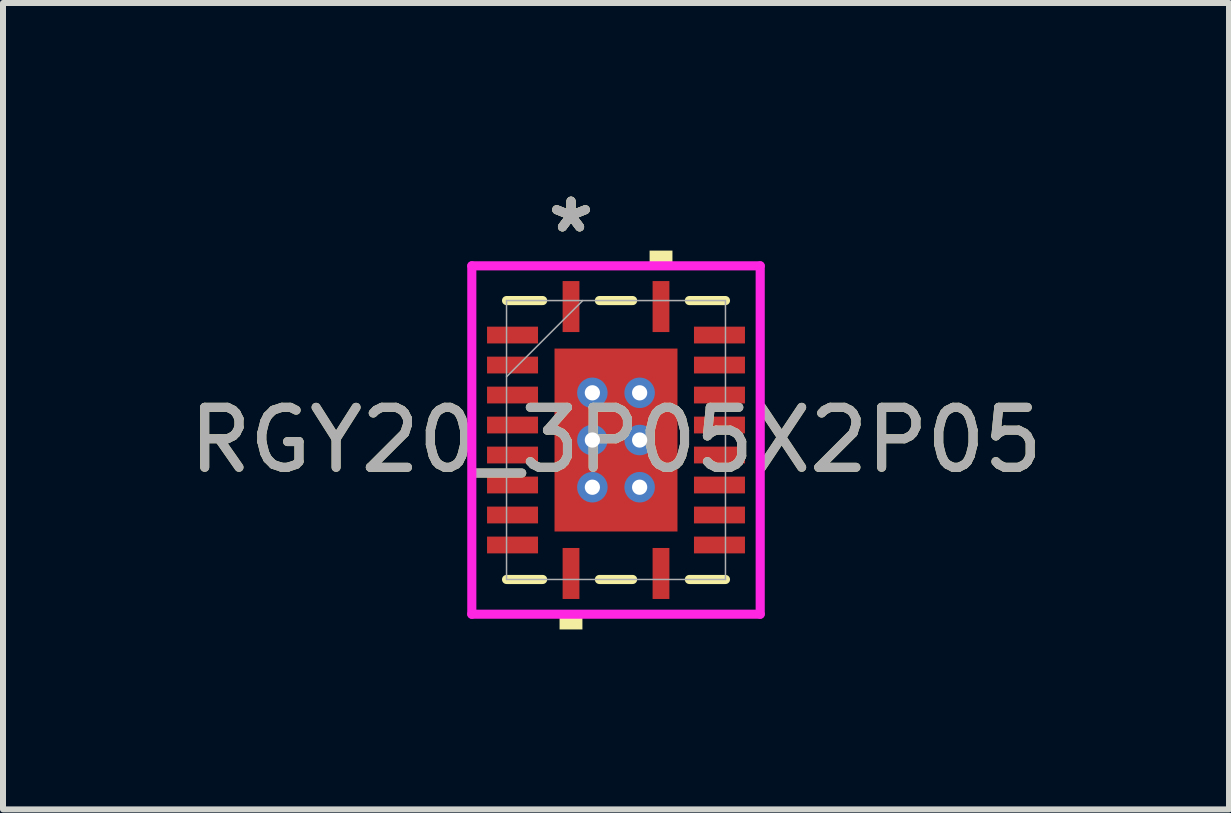
<source format=kicad_pcb>
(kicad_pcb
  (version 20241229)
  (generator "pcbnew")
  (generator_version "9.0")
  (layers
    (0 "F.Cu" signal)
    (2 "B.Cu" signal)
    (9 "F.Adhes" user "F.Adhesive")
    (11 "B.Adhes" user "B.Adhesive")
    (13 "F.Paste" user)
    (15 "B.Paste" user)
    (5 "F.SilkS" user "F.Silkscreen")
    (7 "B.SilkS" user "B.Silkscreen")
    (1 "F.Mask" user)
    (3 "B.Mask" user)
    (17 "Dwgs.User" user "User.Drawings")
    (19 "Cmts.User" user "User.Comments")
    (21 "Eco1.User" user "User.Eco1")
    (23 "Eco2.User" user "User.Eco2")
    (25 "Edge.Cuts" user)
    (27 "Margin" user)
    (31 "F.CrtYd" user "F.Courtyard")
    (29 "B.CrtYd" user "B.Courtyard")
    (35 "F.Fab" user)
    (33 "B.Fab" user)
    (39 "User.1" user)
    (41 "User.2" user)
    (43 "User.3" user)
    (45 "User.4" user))
  (footprint "RGY20_3P05X2P05"
    (layer "F.Cu")
    (at 7.22 4.286)
    (property "Reference" "RGY20_3P05X2P05" (at 0 0 0) (unlocked yes) (layer "F.SilkS") (effects (font (size 1 1) (thickness 0.15))))
    (attr smd)
    (fp_poly (pts (xy -2.22 -1.96) (xy -2.22 -1.54) (xy -1.23 -1.54) (xy -1.23 -1.96)) (stroke (width 0) (type solid)) (fill yes) (layer "F.Mask"))
    (fp_poly (pts (xy -2.22 -1.46) (xy -2.22 -1.04) (xy -1.23 -1.04) (xy -1.23 -1.46)) (stroke (width 0) (type solid)) (fill yes) (layer "F.Mask"))
    (fp_poly (pts (xy -2.22 -0.96) (xy -2.22 -0.54) (xy -1.23 -0.54) (xy -1.23 -0.96)) (stroke (width 0) (type solid)) (fill yes) (layer "F.Mask"))
    (fp_poly (pts (xy -2.22 -0.46) (xy -2.22 -0.04) (xy -1.23 -0.04) (xy -1.23 -0.46)) (stroke (width 0) (type solid)) (fill yes) (layer "F.Mask"))
    (fp_poly (pts (xy -2.22 0.04) (xy -2.22 0.46) (xy -1.23 0.46) (xy -1.23 0.04)) (stroke (width 0) (type solid)) (fill yes) (layer "F.Mask"))
    (fp_poly (pts (xy -2.22 0.54) (xy -2.22 0.96) (xy -1.23 0.96) (xy -1.23 0.54)) (stroke (width 0) (type solid)) (fill yes) (layer "F.Mask"))
    (fp_poly (pts (xy -2.22 1.04) (xy -2.22 1.46) (xy -1.23 1.46) (xy -1.23 1.04)) (stroke (width 0) (type solid)) (fill yes) (layer "F.Mask"))
    (fp_poly (pts (xy -2.22 1.54) (xy -2.22 1.96) (xy -1.23 1.96) (xy -1.23 1.54)) (stroke (width 0) (type solid)) (fill yes) (layer "F.Mask"))
    (fp_poly (pts (xy -1.089 -1.588) (xy -0.594 -1.588) (xy -0.594 1.588) (xy -1.089 1.588)) (stroke (width 0) (type solid)) (fill yes) (layer "F.Mask"))
    (fp_poly (pts (xy -1.089 -1.588) (xy 1.089 -1.588) (xy 1.089 -0.987) (xy -1.089 -0.987)) (stroke (width 0) (type solid)) (fill yes) (layer "F.Mask"))
    (fp_poly (pts (xy -1.089 -0.587) (xy 1.089 -0.587) (xy 1.089 -0.2) (xy -1.089 -0.2)) (stroke (width 0) (type solid)) (fill yes) (layer "F.Mask"))
    (fp_poly (pts (xy -1.089 0.2) (xy 1.089 0.2) (xy 1.089 0.587) (xy -1.089 0.587)) (stroke (width 0) (type solid)) (fill yes) (layer "F.Mask"))
    (fp_poly (pts (xy -1.089 0.987) (xy 1.089 0.987) (xy 1.089 1.588) (xy -1.089 1.588)) (stroke (width 0) (type solid)) (fill yes) (layer "F.Mask"))
    (fp_poly (pts (xy -0.96 -2.72) (xy -0.96 -1.73) (xy -0.54 -1.73) (xy -0.54 -2.72)) (stroke (width 0) (type solid)) (fill yes) (layer "F.Mask"))
    (fp_poly (pts (xy -0.96 1.73) (xy -0.96 2.72) (xy -0.54 2.72) (xy -0.54 1.73)) (stroke (width 0) (type solid)) (fill yes) (layer "F.Mask"))
    (fp_poly (pts (xy 0.194 -1.588) (xy -0.194 -1.588) (xy -0.194 1.588) (xy 0.194 1.588)) (stroke (width 0) (type solid)) (fill yes) (layer "F.Mask"))
    (fp_poly (pts (xy 0.54 -2.72) (xy 0.54 -1.73) (xy 0.96 -1.73) (xy 0.96 -2.72)) (stroke (width 0) (type solid)) (fill yes) (layer "F.Mask"))
    (fp_poly (pts (xy 0.54 1.73) (xy 0.54 2.72) (xy 0.96 2.72) (xy 0.96 1.73)) (stroke (width 0) (type solid)) (fill yes) (layer "F.Mask"))
    (fp_poly (pts (xy 0.594 -1.588) (xy 1.089 -1.588) (xy 1.089 1.588) (xy 0.594 1.588)) (stroke (width 0) (type solid)) (fill yes) (layer "F.Mask"))
    (fp_poly (pts (xy 1.23 -1.96) (xy 1.23 -1.54) (xy 2.22 -1.54) (xy 2.22 -1.96)) (stroke (width 0) (type solid)) (fill yes) (layer "F.Mask"))
    (fp_poly (pts (xy 1.23 -1.46) (xy 1.23 -1.04) (xy 2.22 -1.04) (xy 2.22 -1.46)) (stroke (width 0) (type solid)) (fill yes) (layer "F.Mask"))
    (fp_poly (pts (xy 1.23 -0.96) (xy 1.23 -0.54) (xy 2.22 -0.54) (xy 2.22 -0.96)) (stroke (width 0) (type solid)) (fill yes) (layer "F.Mask"))
    (fp_poly (pts (xy 1.23 -0.46) (xy 1.23 -0.04) (xy 2.22 -0.04) (xy 2.22 -0.46)) (stroke (width 0) (type solid)) (fill yes) (layer "F.Mask"))
    (fp_poly (pts (xy 1.23 0.04) (xy 1.23 0.46) (xy 2.22 0.46) (xy 2.22 0.04)) (stroke (width 0) (type solid)) (fill yes) (layer "F.Mask"))
    (fp_poly (pts (xy 1.23 0.54) (xy 1.23 0.96) (xy 2.22 0.96) (xy 2.22 0.54)) (stroke (width 0) (type solid)) (fill yes) (layer "F.Mask"))
    (fp_poly (pts (xy 1.23 1.04) (xy 1.23 1.46) (xy 2.22 1.46) (xy 2.22 1.04)) (stroke (width 0) (type solid)) (fill yes) (layer "F.Mask"))
    (fp_poly (pts (xy 1.23 1.54) (xy 1.23 1.96) (xy 2.22 1.96) (xy 2.22 1.54)) (stroke (width 0) (type solid)) (fill yes) (layer "F.Mask"))
    (fp_line (start -1.825 2.325) (end -1.223 2.325) (stroke (width 0.152) (type solid)) (layer "F.SilkS"))
    (fp_line (start -1.223 -2.325) (end -1.825 -2.325) (stroke (width 0.152) (type solid)) (layer "F.SilkS"))
    (fp_line (start -0.277 2.325) (end 0.277 2.325) (stroke (width 0.152) (type solid)) (layer "F.SilkS"))
    (fp_line (start 0.277 -2.325) (end -0.277 -2.325) (stroke (width 0.152) (type solid)) (layer "F.SilkS"))
    (fp_line (start 1.223 2.325) (end 1.825 2.325) (stroke (width 0.152) (type solid)) (layer "F.SilkS"))
    (fp_line (start 1.825 -2.325) (end 1.223 -2.325) (stroke (width 0.152) (type solid)) (layer "F.SilkS"))
    (fp_poly (pts (xy -0.941 2.904) (xy -0.941 3.158) (xy -0.56 3.158) (xy -0.56 2.904)) (stroke (width 0) (type solid)) (fill yes) (layer "F.SilkS"))
    (fp_poly (pts (xy 0.56 -2.904) (xy 0.56 -3.158) (xy 0.941 -3.158) (xy 0.941 -2.904)) (stroke (width 0) (type solid)) (fill yes) (layer "F.SilkS"))
    (fp_poly (pts (xy -2.125 -1.865) (xy -2.125 -1.635) (xy -1.325 -1.635) (xy -1.325 -1.865)) (stroke (width 0) (type solid)) (fill yes) (layer "F.Paste"))
    (fp_poly (pts (xy -2.125 -1.365) (xy -2.125 -1.135) (xy -1.325 -1.135) (xy -1.325 -1.365)) (stroke (width 0) (type solid)) (fill yes) (layer "F.Paste"))
    (fp_poly (pts (xy -2.125 -0.865) (xy -2.125 -0.635) (xy -1.325 -0.635) (xy -1.325 -0.865)) (stroke (width 0) (type solid)) (fill yes) (layer "F.Paste"))
    (fp_poly (pts (xy -2.125 -0.365) (xy -2.125 -0.135) (xy -1.325 -0.135) (xy -1.325 -0.365)) (stroke (width 0) (type solid)) (fill yes) (layer "F.Paste"))
    (fp_poly (pts (xy -2.125 0.135) (xy -2.125 0.365) (xy -1.325 0.365) (xy -1.325 0.135)) (stroke (width 0) (type solid)) (fill yes) (layer "F.Paste"))
    (fp_poly (pts (xy -2.125 0.635) (xy -2.125 0.865) (xy -1.325 0.865) (xy -1.325 0.635)) (stroke (width 0) (type solid)) (fill yes) (layer "F.Paste"))
    (fp_poly (pts (xy -2.125 1.135) (xy -2.125 1.365) (xy -1.325 1.365) (xy -1.325 1.135)) (stroke (width 0) (type solid)) (fill yes) (layer "F.Paste"))
    (fp_poly (pts (xy -2.125 1.635) (xy -2.125 1.865) (xy -1.325 1.865) (xy -1.325 1.635)) (stroke (width 0) (type solid)) (fill yes) (layer "F.Paste"))
    (fp_poly (pts (xy -0.865 -2.625) (xy -0.865 -1.825) (xy -0.635 -1.825) (xy -0.635 -2.625)) (stroke (width 0) (type solid)) (fill yes) (layer "F.Paste"))
    (fp_poly (pts (xy -0.865 1.825) (xy -0.865 2.625) (xy -0.635 2.625) (xy -0.635 1.825)) (stroke (width 0) (type solid)) (fill yes) (layer "F.Paste"))
    (fp_poly (pts (xy 0.635 -2.625) (xy 0.635 -1.825) (xy 0.865 -1.825) (xy 0.865 -2.625)) (stroke (width 0) (type solid)) (fill yes) (layer "F.Paste"))
    (fp_poly (pts (xy 0.635 1.825) (xy 0.635 2.625) (xy 0.865 2.625) (xy 0.865 1.825)) (stroke (width 0) (type solid)) (fill yes) (layer "F.Paste"))
    (fp_poly (pts (xy 1.325 -1.865) (xy 1.325 -1.635) (xy 2.125 -1.635) (xy 2.125 -1.865)) (stroke (width 0) (type solid)) (fill yes) (layer "F.Paste"))
    (fp_poly (pts (xy 1.325 -1.365) (xy 1.325 -1.135) (xy 2.125 -1.135) (xy 2.125 -1.365)) (stroke (width 0) (type solid)) (fill yes) (layer "F.Paste"))
    (fp_poly (pts (xy 1.325 -0.865) (xy 1.325 -0.635) (xy 2.125 -0.635) (xy 2.125 -0.865)) (stroke (width 0) (type solid)) (fill yes) (layer "F.Paste"))
    (fp_poly (pts (xy 1.325 -0.365) (xy 1.325 -0.135) (xy 2.125 -0.135) (xy 2.125 -0.365)) (stroke (width 0) (type solid)) (fill yes) (layer "F.Paste"))
    (fp_poly (pts (xy 1.325 0.135) (xy 1.325 0.365) (xy 2.125 0.365) (xy 2.125 0.135)) (stroke (width 0) (type solid)) (fill yes) (layer "F.Paste"))
    (fp_poly (pts (xy 1.325 0.635) (xy 1.325 0.865) (xy 2.125 0.865) (xy 2.125 0.635)) (stroke (width 0) (type solid)) (fill yes) (layer "F.Paste"))
    (fp_poly (pts (xy 1.325 1.135) (xy 1.325 1.365) (xy 2.125 1.365) (xy 2.125 1.135)) (stroke (width 0) (type solid)) (fill yes) (layer "F.Paste"))
    (fp_poly (pts (xy 1.325 1.635) (xy 1.325 1.865) (xy 2.125 1.865) (xy 2.125 1.635)) (stroke (width 0) (type solid)) (fill yes) (layer "F.Paste"))
    (fp_poly (pts (xy -0.95 -1.45) (xy -0.95 -0.887) (xy -0.635 -0.887) (xy -0.494 -1.029) (xy -0.494 -1.45)) (stroke (width 0) (type solid)) (fill yes) (layer "F.Paste"))
    (fp_poly (pts (xy -0.95 0.887) (xy -0.95 1.45) (xy -0.494 1.45) (xy -0.494 1.029) (xy -0.635 0.887)) (stroke (width 0) (type solid)) (fill yes) (layer "F.Paste"))
    (fp_poly (pts (xy 0.494 -1.45) (xy 0.494 -1.029) (xy 0.635 -0.887) (xy 0.95 -0.887) (xy 0.95 -1.45)) (stroke (width 0) (type solid)) (fill yes) (layer "F.Paste"))
    (fp_poly (pts (xy 0.635 0.887) (xy 0.494 1.029) (xy 0.494 1.45) (xy 0.95 1.45) (xy 0.95 0.887)) (stroke (width 0) (type solid)) (fill yes) (layer "F.Paste"))
    (fp_poly (pts (xy -0.95 -0.687) (xy -0.95 -0.1) (xy -0.635 -0.1) (xy -0.494 -0.241) (xy -0.494 -0.546) (xy -0.635 -0.687)) (stroke (width 0) (type solid)) (fill yes) (layer "F.Paste"))
    (fp_poly (pts (xy -0.95 0.1) (xy -0.95 0.687) (xy -0.635 0.687) (xy -0.494 0.546) (xy -0.494 0.241) (xy -0.635 0.1)) (stroke (width 0) (type solid)) (fill yes) (layer "F.Paste"))
    (fp_poly (pts (xy -0.294 -1.45) (xy -0.294 -1.029) (xy -0.152 -0.887) (xy 0.152 -0.887) (xy 0.294 -1.029) (xy 0.294 -1.45)) (stroke (width 0) (type solid)) (fill yes) (layer "F.Paste"))
    (fp_poly (pts (xy -0.152 0.887) (xy -0.294 1.029) (xy -0.294 1.45) (xy 0.294 1.45) (xy 0.294 1.029) (xy 0.152 0.887)) (stroke (width 0) (type solid)) (fill yes) (layer "F.Paste"))
    (fp_poly (pts (xy 0.635 -0.687) (xy 0.494 -0.546) (xy 0.494 -0.241) (xy 0.635 -0.1) (xy 0.95 -0.1) (xy 0.95 -0.687)) (stroke (width 0) (type solid)) (fill yes) (layer "F.Paste"))
    (fp_poly (pts (xy 0.635 0.1) (xy 0.494 0.241) (xy 0.494 0.546) (xy 0.635 0.687) (xy 0.95 0.687) (xy 0.95 0.1)) (stroke (width 0) (type solid)) (fill yes) (layer "F.Paste"))
    (fp_poly (pts (xy -0.152 -0.687) (xy -0.294 -0.546) (xy -0.294 -0.241) (xy -0.152 -0.1) (xy 0.152 -0.1) (xy 0.294 -0.241) (xy 0.294 -0.546) (xy 0.152 -0.687)) (stroke (width 0) (type solid)) (fill yes) (layer "F.Paste"))
    (fp_poly (pts (xy -0.152 0.1) (xy -0.294 0.241) (xy -0.294 0.546) (xy -0.152 0.687) (xy 0.152 0.687) (xy 0.294 0.546) (xy 0.294 0.241) (xy 0.152 0.1)) (stroke (width 0) (type solid)) (fill yes) (layer "F.Paste"))
    (fp_line (start -2.404 -2.904) (end 2.404 -2.904) (stroke (width 0.152) (type solid)) (layer "F.CrtYd"))
    (fp_line (start -2.404 2.904) (end -2.404 -2.904) (stroke (width 0.152) (type solid)) (layer "F.CrtYd"))
    (fp_line (start 2.404 -2.904) (end 2.404 2.904) (stroke (width 0.152) (type solid)) (layer "F.CrtYd"))
    (fp_line (start 2.404 2.904) (end -2.404 2.904) (stroke (width 0.152) (type solid)) (layer "F.CrtYd"))
    (fp_line (start -1.825 -2.325) (end -1.825 2.325) (stroke (width 0.025) (type solid)) (layer "F.Fab"))
    (fp_line (start -1.825 -1.055) (end -0.555 -2.325) (stroke (width 0.025) (type solid)) (layer "F.Fab"))
    (fp_line (start -1.825 2.325) (end 1.825 2.325) (stroke (width 0.025) (type solid)) (layer "F.Fab"))
    (fp_line (start 1.825 -2.325) (end -1.825 -2.325) (stroke (width 0.025) (type solid)) (layer "F.Fab"))
    (fp_line (start 1.825 2.325) (end 1.825 -2.325) (stroke (width 0.025) (type solid)) (layer "F.Fab"))
    (fp_text user "*" (at -0.75 -3.437 0) (layer "F.SilkS") (effects (font (size 1 1) (thickness 0.15))))
    (fp_text user "*" (at -0.75 -3.437 0) (unlocked yes) (layer "F.SilkS") (effects (font (size 1 1) (thickness 0.15))))
    (fp_text user "*" (at -0.75 -3.437 0) (layer "F.Fab") (effects (font (size 1 1) (thickness 0.15))))
    (fp_text user "*" (at -0.75 -3.437 0) (unlocked yes) (layer "F.Fab") (effects (font (size 1 1) (thickness 0.15))))
    (fp_text user "${REFERENCE}" (at 0 0 0) (unlocked yes) (layer "F.Fab") (effects (font (size 1 1) (thickness 0.15))))
    (pad "1" smd rect (at -0.75 -2.225) (size 0.28 0.85) (layers "F.Cu" "F.Mask"))
    (pad "2" smd rect (at -1.725 -1.75 90) (size 0.28 0.85) (layers "F.Cu" "F.Mask"))
    (pad "3" smd rect (at -1.725 -1.25 90) (size 0.28 0.85) (layers "F.Cu" "F.Mask"))
    (pad "4" smd rect (at -1.725 -0.75 90) (size 0.28 0.85) (layers "F.Cu" "F.Mask"))
    (pad "5" smd rect (at -1.725 -0.25 90) (size 0.28 0.85) (layers "F.Cu" "F.Mask"))
    (pad "6" smd rect (at -1.725 0.25 90) (size 0.28 0.85) (layers "F.Cu" "F.Mask"))
    (pad "7" smd rect (at -1.725 0.75 90) (size 0.28 0.85) (layers "F.Cu" "F.Mask"))
    (pad "8" smd rect (at -1.725 1.25 90) (size 0.28 0.85) (layers "F.Cu" "F.Mask"))
    (pad "9" smd rect (at -1.725 1.75 90) (size 0.28 0.85) (layers "F.Cu" "F.Mask"))
    (pad "10" smd rect (at -0.75 2.225) (size 0.28 0.85) (layers "F.Cu" "F.Mask"))
    (pad "11" smd rect (at 0.75 2.225) (size 0.28 0.85) (layers "F.Cu" "F.Mask"))
    (pad "12" smd rect (at 1.725 1.75 90) (size 0.28 0.85) (layers "F.Cu" "F.Mask"))
    (pad "13" smd rect (at 1.725 1.25 90) (size 0.28 0.85) (layers "F.Cu" "F.Mask"))
    (pad "14" smd rect (at 1.725 0.75 90) (size 0.28 0.85) (layers "F.Cu" "F.Mask"))
    (pad "15" smd rect (at 1.725 0.25 90) (size 0.28 0.85) (layers "F.Cu" "F.Mask"))
    (pad "16" smd rect (at 1.725 -0.25 90) (size 0.28 0.85) (layers "F.Cu" "F.Mask"))
    (pad "17" smd rect (at 1.725 -0.75 90) (size 0.28 0.85) (layers "F.Cu" "F.Mask"))
    (pad "18" smd rect (at 1.725 -1.25 90) (size 0.28 0.85) (layers "F.Cu" "F.Mask"))
    (pad "19" smd rect (at 1.725 -1.75 90) (size 0.28 0.85) (layers "F.Cu" "F.Mask"))
    (pad "20" smd rect (at 0.75 -2.225) (size 0.28 0.85) (layers "F.Cu" "F.Mask"))
    (pad "21" smd rect (at 0 0) (size 2.05 3.05) (layers "F.Cu"))
    (pad "V" thru_hole circle (at -0.394 -0.787) (size 0.508 0.508) (drill 0.254) (layers "*.Cu" "*.Mask"))
    (pad "V" thru_hole circle (at -0.394 0) (size 0.508 0.508) (drill 0.254) (layers "*.Cu" "*.Mask"))
    (pad "V" thru_hole circle (at -0.394 0.787) (size 0.508 0.508) (drill 0.254) (layers "*.Cu" "*.Mask"))
    (pad "V" thru_hole circle (at 0.394 -0.787) (size 0.508 0.508) (drill 0.254) (layers "*.Cu" "*.Mask"))
    (pad "V" thru_hole circle (at 0.394 0) (size 0.508 0.508) (drill 0.254) (layers "*.Cu" "*.Mask"))
    (pad "V" thru_hole circle (at 0.394 0.787) (size 0.508 0.508) (drill 0.254) (layers "*.Cu" "*.Mask")))
  (gr_rect
    (start -3 -3)
    (end 17.44 10.444)
    (stroke (width 0.1) (type default))
    (fill no)
    (layer "Edge.Cuts")))
</source>
